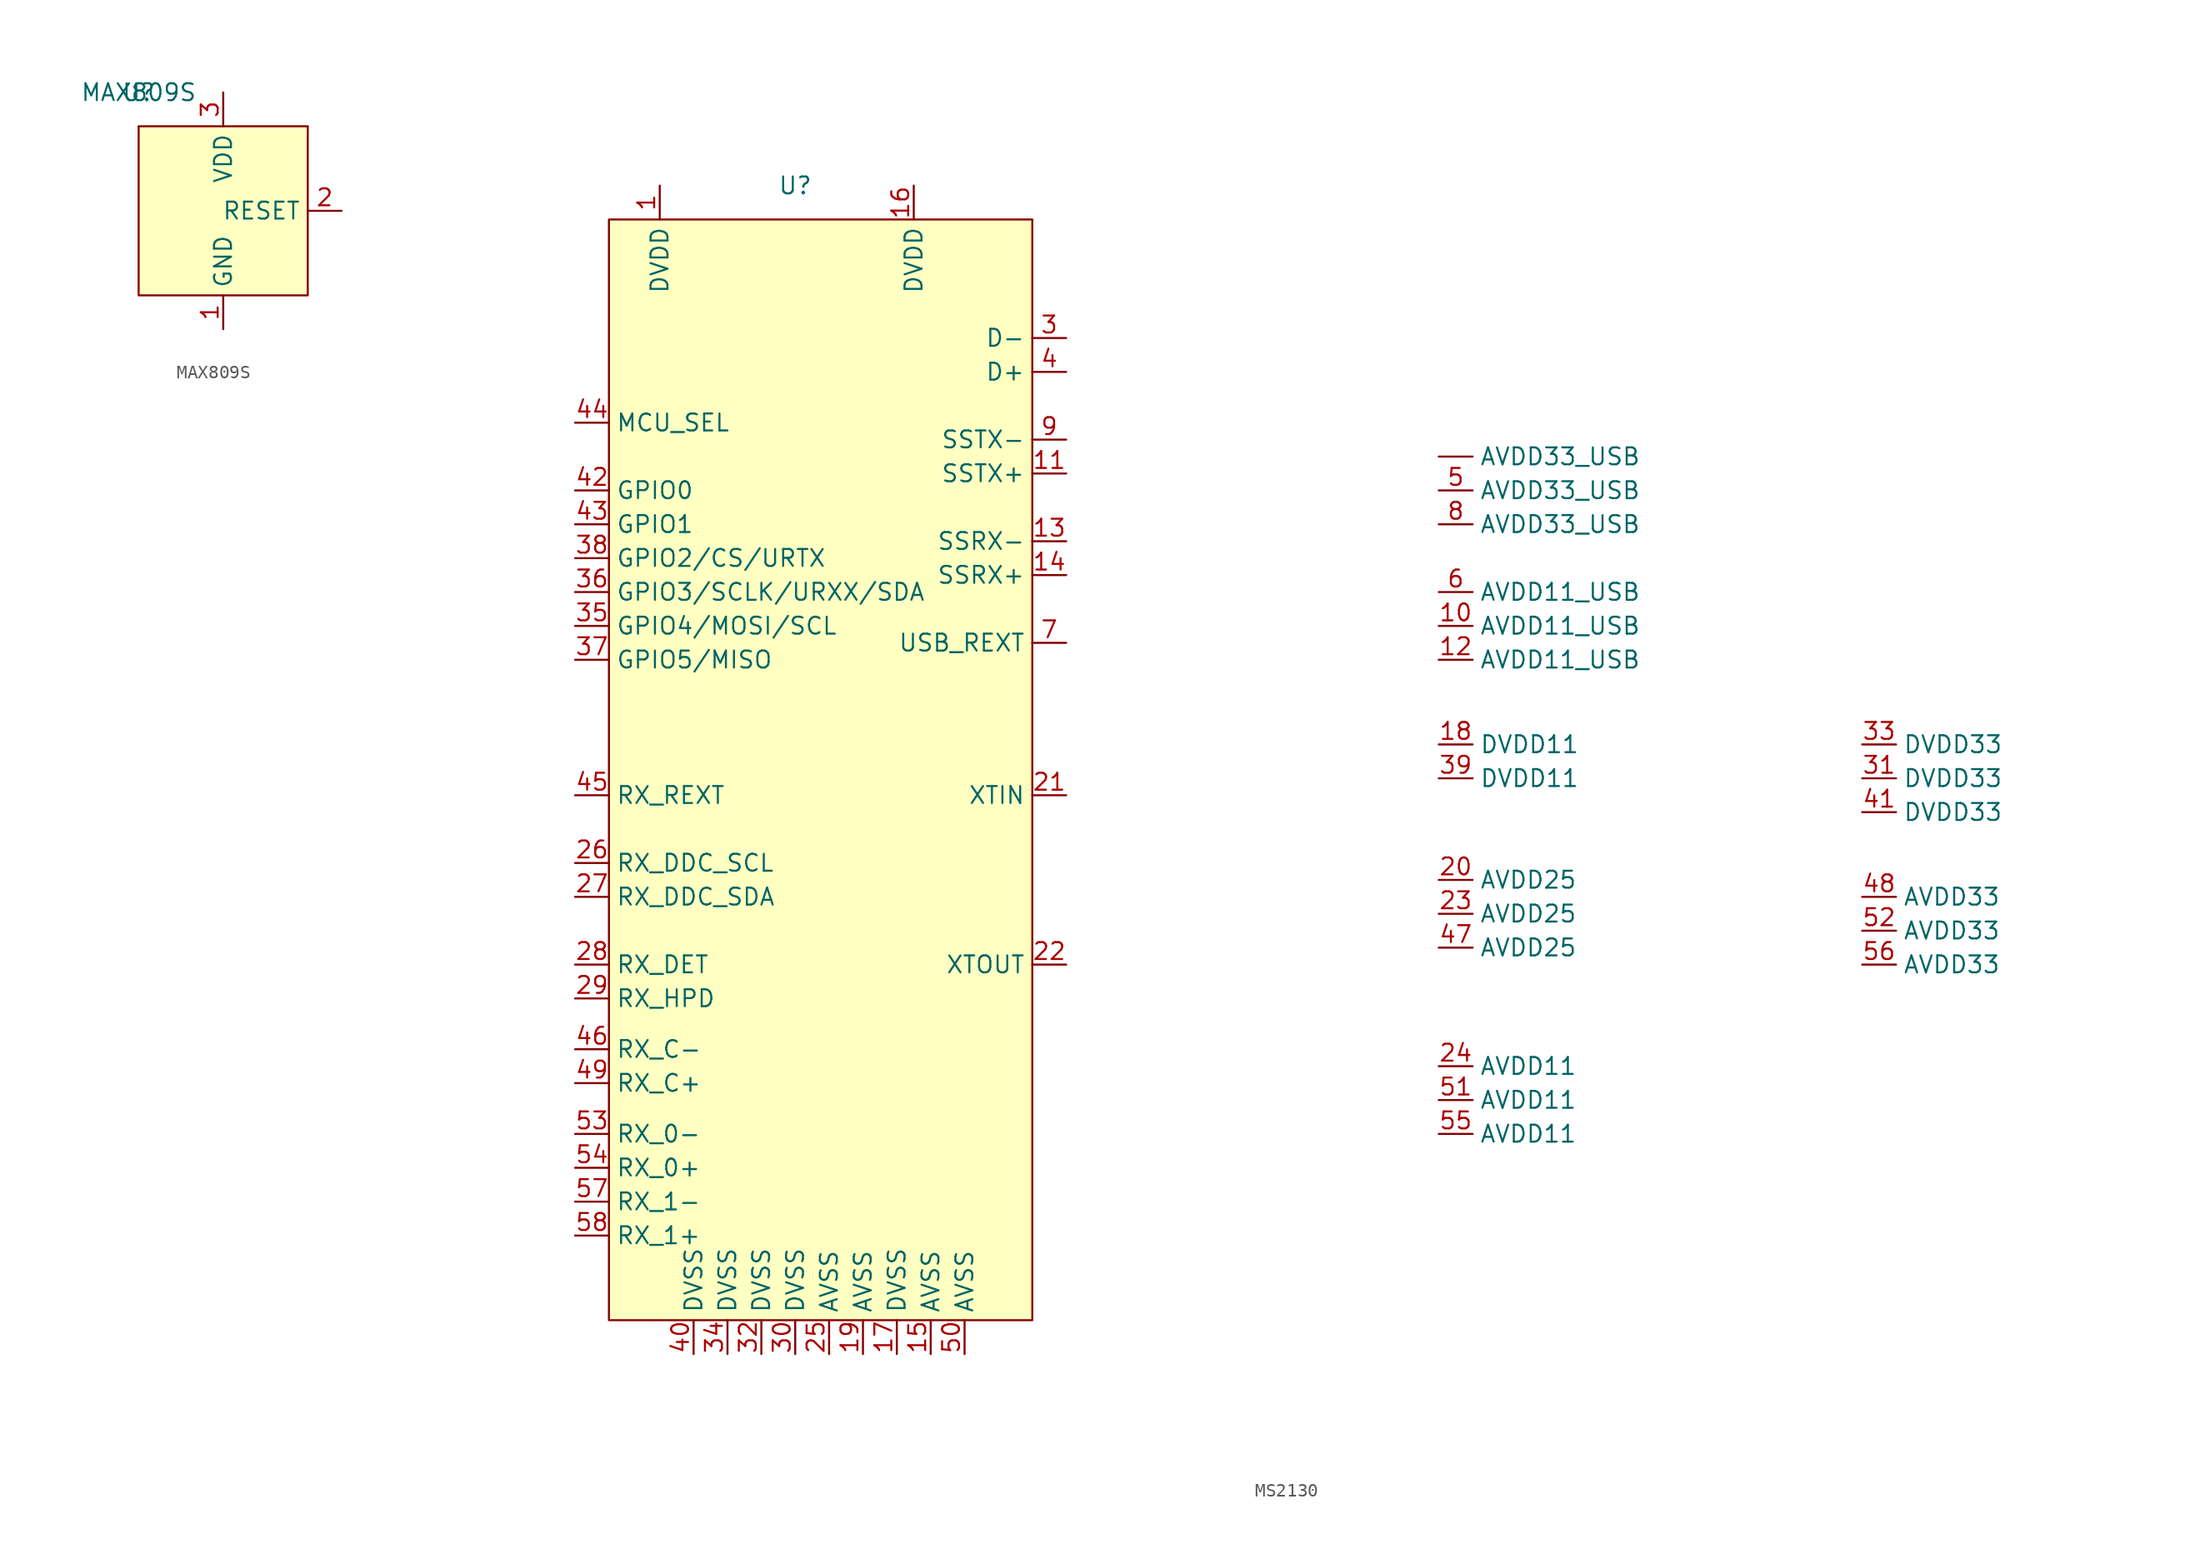
<source format=kicad_sym>
(kicad_symbol_lib
  (version 20241209)
  (generator "kicad_symbol_editor")
  (generator_version "9.0")
  (symbol "MAX809S"
    (property "Reference" "U"
      (at 0 0 0)
      (effects (font (size 1.27 1.27))))
    (property "Value" "MAX809S"
      (at 0 0 0)
      (effects (font (size 1.27 1.27))))
    (symbol "MAX809S_1_0"
      (pin power_in line (at 6.35 0 270) (length 2.54) (name "VDD" (effects (font (size 1.27 1.27)))) (number "3" (effects (font (size 1.27 1.27)))))
      (pin power_in line (at 6.35 -17.78 90) (length 2.54) (name "GND" (effects (font (size 1.27 1.27)))) (number "1" (effects (font (size 1.27 1.27)))))
      (pin output line (at 15.24 -8.89 180) (length 2.54) (name "RESET" (effects (font (size 1.27 1.27)))) (number "2" (effects (font (size 1.27 1.27))))))
    (symbol "MAX809S_1_1"
      (rectangle (start 0 -2.54) (end 12.7 -15.24) (stroke (width 0) (type solid)) (fill (type background)))))
  (symbol "MS2130"
    (property "Reference" "U"
      (at 0 0 0)
      (effects (font (size 1.27 1.27))))
    (property "Value" ""
      (at 0 0 0)
      (effects (font (size 1.27 1.27))))
    (symbol "MS2130_1_1"
      (rectangle (start -13.97 -2.54) (end 17.78 -85.09) (stroke (width 0) (type default)) (fill (type background)))
      (pin input line (at -16.51 -17.78 0) (length 2.54) (name "MCU_SEL" (effects (font (size 1.27 1.27)))) (number "44" (effects (font (size 1.27 1.27)))))
      (pin power_in line (at -16.51 -22.86 0) (length 2.54) (name "GPIO0" (effects (font (size 1.27 1.27)))) (number "42" (effects (font (size 1.27 1.27)))))
      (pin power_in line (at -16.51 -25.4 0) (length 2.54) (name "GPIO1" (effects (font (size 1.27 1.27)))) (number "43" (effects (font (size 1.27 1.27)))))
      (pin bidirectional line (at -16.51 -27.94 0) (length 2.54) (name "GPIO2/CS/URTX" (effects (font (size 1.27 1.27)))) (number "38" (effects (font (size 1.27 1.27)))))
      (pin bidirectional line (at -16.51 -30.48 0) (length 2.54) (name "GPIO3/SCLK/URXX/SDA" (effects (font (size 1.27 1.27)))) (number "36" (effects (font (size 1.27 1.27)))))
      (pin bidirectional line (at -16.51 -33.02 0) (length 2.54) (name "GPIO4/MOSI/SCL" (effects (font (size 1.27 1.27)))) (number "35" (effects (font (size 1.27 1.27)))))
      (pin bidirectional line (at -16.51 -35.56 0) (length 2.54) (name "GPIO5/MISO" (effects (font (size 1.27 1.27)))) (number "37" (effects (font (size 1.27 1.27)))))
      (pin output line (at -16.51 -45.72 0) (length 2.54) (name "RX_REXT" (effects (font (size 1.27 1.27)))) (number "45" (effects (font (size 1.27 1.27)))))
      (pin bidirectional line (at -16.51 -50.8 0) (length 2.54) (name "RX_DDC_SCL" (effects (font (size 1.27 1.27)))) (number "26" (effects (font (size 1.27 1.27)))))
      (pin bidirectional line (at -16.51 -53.34 0) (length 2.54) (name "RX_DDC_SDA" (effects (font (size 1.27 1.27)))) (number "27" (effects (font (size 1.27 1.27)))))
      (pin bidirectional line (at -16.51 -58.42 0) (length 2.54) (name "RX_DET" (effects (font (size 1.27 1.27)))) (number "28" (effects (font (size 1.27 1.27)))))
      (pin bidirectional line (at -16.51 -60.96 0) (length 2.54) (name "RX_HPD" (effects (font (size 1.27 1.27)))) (number "29" (effects (font (size 1.27 1.27)))))
      (pin bidirectional line (at -16.51 -64.77 0) (length 2.54) (name "RX_C-" (effects (font (size 1.27 1.27)))) (number "46" (effects (font (size 1.27 1.27)))))
      (pin bidirectional line (at -16.51 -67.31 0) (length 2.54) (name "RX_C+" (effects (font (size 1.27 1.27)))) (number "49" (effects (font (size 1.27 1.27)))))
      (pin bidirectional line (at -16.51 -71.12 0) (length 2.54) (name "RX_0-" (effects (font (size 1.27 1.27)))) (number "53" (effects (font (size 1.27 1.27)))))
      (pin bidirectional line (at -16.51 -73.66 0) (length 2.54) (name "RX_0+" (effects (font (size 1.27 1.27)))) (number "54" (effects (font (size 1.27 1.27)))))
      (pin bidirectional line (at -16.51 -76.2 0) (length 2.54) (name "RX_1-" (effects (font (size 1.27 1.27)))) (number "57" (effects (font (size 1.27 1.27)))))
      (pin bidirectional line (at -16.51 -78.74 0) (length 2.54) (name "RX_1+" (effects (font (size 1.27 1.27)))) (number "58" (effects (font (size 1.27 1.27)))))
      (pin power_in line (at -10.16 0 270) (length 2.54) (name "DVDD" (effects (font (size 1.27 1.27)))) (number "1" (effects (font (size 1.27 1.27)))))
      (pin power_in line (at -7.62 -87.63 90) (length 2.54) (name "DVSS" (effects (font (size 1.27 1.27)))) (number "40" (effects (font (size 1.27 1.27)))))
      (pin power_in line (at -5.08 -87.63 90) (length 2.54) (name "DVSS" (effects (font (size 1.27 1.27)))) (number "34" (effects (font (size 1.27 1.27)))))
      (pin power_in line (at -2.54 -87.63 90) (length 2.54) (name "DVSS" (effects (font (size 1.27 1.27)))) (number "32" (effects (font (size 1.27 1.27)))))
      (pin power_in line (at 0 -87.63 90) (length 2.54) (name "DVSS" (effects (font (size 1.27 1.27)))) (number "30" (effects (font (size 1.27 1.27)))))
      (pin power_in line (at 2.54 -87.63 90) (length 2.54) (name "AVSS" (effects (font (size 1.27 1.27)))) (number "25" (effects (font (size 1.27 1.27)))))
      (pin power_in line (at 5.08 -87.63 90) (length 2.54) (name "AVSS" (effects (font (size 1.27 1.27)))) (number "19" (effects (font (size 1.27 1.27)))))
      (pin power_in line (at 7.62 -87.63 90) (length 2.54) (name "DVSS" (effects (font (size 1.27 1.27)))) (number "17" (effects (font (size 1.27 1.27)))))
      (pin power_in line (at 8.89 0 270) (length 2.54) (name "DVDD" (effects (font (size 1.27 1.27)))) (number "16" (effects (font (size 1.27 1.27)))))
      (pin power_in line (at 10.16 -87.63 90) (length 2.54) (name "AVSS" (effects (font (size 1.27 1.27)))) (number "15" (effects (font (size 1.27 1.27)))))
      (pin power_in line (at 12.7 -87.63 90) (length 2.54) (name "AVSS" (effects (font (size 1.27 1.27)))) (number "50" (effects (font (size 1.27 1.27)))))
      (pin bidirectional line (at 20.32 -11.43 180) (length 2.54) (name "D-" (effects (font (size 1.27 1.27)))) (number "3" (effects (font (size 1.27 1.27)))))
      (pin bidirectional line (at 20.32 -13.97 180) (length 2.54) (name "D+" (effects (font (size 1.27 1.27)))) (number "4" (effects (font (size 1.27 1.27)))))
      (pin bidirectional line (at 20.32 -19.05 180) (length 2.54) (name "SSTX-" (effects (font (size 1.27 1.27)))) (number "9" (effects (font (size 1.27 1.27)))))
      (pin bidirectional line (at 20.32 -21.59 180) (length 2.54) (name "SSTX+" (effects (font (size 1.27 1.27)))) (number "11" (effects (font (size 1.27 1.27)))))
      (pin bidirectional line (at 20.32 -26.67 180) (length 2.54) (name "SSRX-" (effects (font (size 1.27 1.27)))) (number "13" (effects (font (size 1.27 1.27)))))
      (pin bidirectional line (at 20.32 -29.21 180) (length 2.54) (name "SSRX+" (effects (font (size 1.27 1.27)))) (number "14" (effects (font (size 1.27 1.27)))))
      (pin output line (at 20.32 -34.29 180) (length 2.54) (name "USB_REXT" (effects (font (size 1.27 1.27)))) (number "7" (effects (font (size 1.27 1.27)))))
      (pin bidirectional line (at 20.32 -45.72 180) (length 2.54) (name "XTIN" (effects (font (size 1.27 1.27)))) (number "21" (effects (font (size 1.27 1.27)))))
      (pin bidirectional line (at 20.32 -58.42 180) (length 2.54) (name "XTOUT" (effects (font (size 1.27 1.27)))) (number "22" (effects (font (size 1.27 1.27)))))
      (pin power_in line (at 48.26 -20.32 0) (length 2.54) (name "AVDD33_USB" (effects (font (size 1.27 1.27)))) (number "" (effects (font (size 1.27 1.27)))))
      (pin power_in line (at 48.26 -22.86 0) (length 2.54) (name "AVDD33_USB" (effects (font (size 1.27 1.27)))) (number "5" (effects (font (size 1.27 1.27)))))
      (pin power_in line (at 48.26 -25.4 0) (length 2.54) (name "AVDD33_USB" (effects (font (size 1.27 1.27)))) (number "8" (effects (font (size 1.27 1.27)))))
      (pin power_in line (at 48.26 -30.48 0) (length 2.54) (name "AVDD11_USB" (effects (font (size 1.27 1.27)))) (number "6" (effects (font (size 1.27 1.27)))))
      (pin power_in line (at 48.26 -33.02 0) (length 2.54) (name "AVDD11_USB" (effects (font (size 1.27 1.27)))) (number "10" (effects (font (size 1.27 1.27)))))
      (pin power_in line (at 48.26 -35.56 0) (length 2.54) (name "AVDD11_USB" (effects (font (size 1.27 1.27)))) (number "12" (effects (font (size 1.27 1.27)))))
      (pin power_in line (at 48.26 -41.91 0) (length 2.54) (name "DVDD11" (effects (font (size 1.27 1.27)))) (number "18" (effects (font (size 1.27 1.27)))))
      (pin power_in line (at 48.26 -44.45 0) (length 2.54) (name "DVDD11" (effects (font (size 1.27 1.27)))) (number "39" (effects (font (size 1.27 1.27)))))
      (pin power_in line (at 48.26 -52.07 0) (length 2.54) (name "AVDD25" (effects (font (size 1.27 1.27)))) (number "20" (effects (font (size 1.27 1.27)))))
      (pin power_in line (at 48.26 -54.61 0) (length 2.54) (name "AVDD25" (effects (font (size 1.27 1.27)))) (number "23" (effects (font (size 1.27 1.27)))))
      (pin power_in line (at 48.26 -57.15 0) (length 2.54) (name "AVDD25" (effects (font (size 1.27 1.27)))) (number "47" (effects (font (size 1.27 1.27)))))
      (pin power_in line (at 48.26 -66.04 0) (length 2.54) (name "AVDD11" (effects (font (size 1.27 1.27)))) (number "24" (effects (font (size 1.27 1.27)))))
      (pin power_in line (at 48.26 -68.58 0) (length 2.54) (name "AVDD11" (effects (font (size 1.27 1.27)))) (number "51" (effects (font (size 1.27 1.27)))))
      (pin power_in line (at 48.26 -71.12 0) (length 2.54) (name "AVDD11" (effects (font (size 1.27 1.27)))) (number "55" (effects (font (size 1.27 1.27)))))
      (pin power_in line (at 80.01 -41.91 0) (length 2.54) (name "DVDD33" (effects (font (size 1.27 1.27)))) (number "33" (effects (font (size 1.27 1.27)))))
      (pin power_in line (at 80.01 -44.45 0) (length 2.54) (name "DVDD33" (effects (font (size 1.27 1.27)))) (number "31" (effects (font (size 1.27 1.27)))))
      (pin power_in line (at 80.01 -46.99 0) (length 2.54) (name "DVDD33" (effects (font (size 1.27 1.27)))) (number "41" (effects (font (size 1.27 1.27)))))
      (pin power_in line (at 80.01 -53.34 0) (length 2.54) (name "AVDD33" (effects (font (size 1.27 1.27)))) (number "48" (effects (font (size 1.27 1.27)))))
      (pin power_in line (at 80.01 -55.88 0) (length 2.54) (name "AVDD33" (effects (font (size 1.27 1.27)))) (number "52" (effects (font (size 1.27 1.27)))))
      (pin power_in line (at 80.01 -58.42 0) (length 2.54) (name "AVDD33" (effects (font (size 1.27 1.27)))) (number "56" (effects (font (size 1.27 1.27))))))))
</source>
